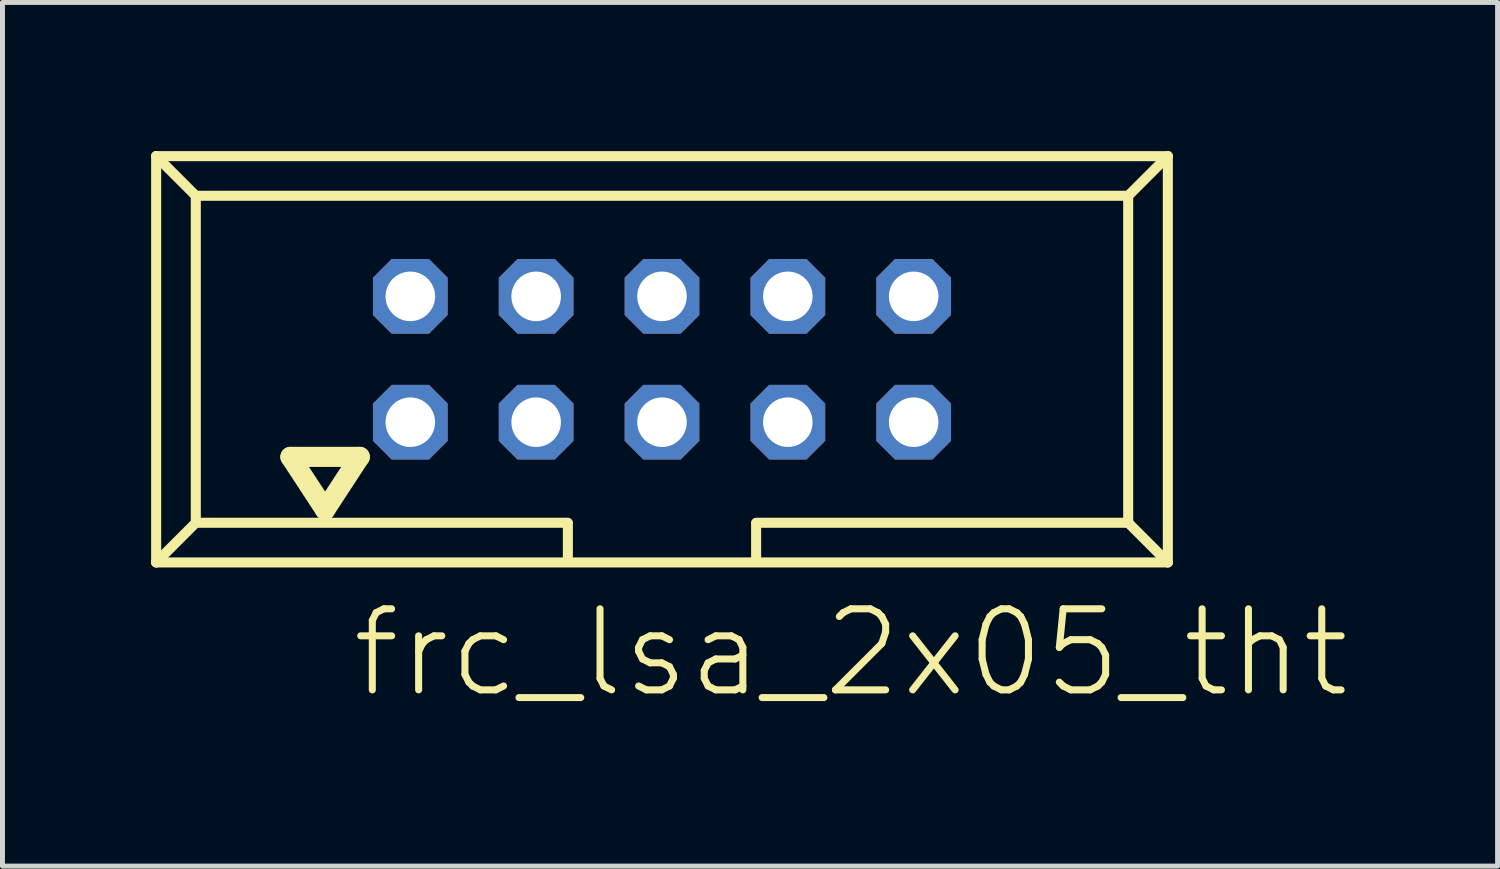
<source format=kicad_pcb>
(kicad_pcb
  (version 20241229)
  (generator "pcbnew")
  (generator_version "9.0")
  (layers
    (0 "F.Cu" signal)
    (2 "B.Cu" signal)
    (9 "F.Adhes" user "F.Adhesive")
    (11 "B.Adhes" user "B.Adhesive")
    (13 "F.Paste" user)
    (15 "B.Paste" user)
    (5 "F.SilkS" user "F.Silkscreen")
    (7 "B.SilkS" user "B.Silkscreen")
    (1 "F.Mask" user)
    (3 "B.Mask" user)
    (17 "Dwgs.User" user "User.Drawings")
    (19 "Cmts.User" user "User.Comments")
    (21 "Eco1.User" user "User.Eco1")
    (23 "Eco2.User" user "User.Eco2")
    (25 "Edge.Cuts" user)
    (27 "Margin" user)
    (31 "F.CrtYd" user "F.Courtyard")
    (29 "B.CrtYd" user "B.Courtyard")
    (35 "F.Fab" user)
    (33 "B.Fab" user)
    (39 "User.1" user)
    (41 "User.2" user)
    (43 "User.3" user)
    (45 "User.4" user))
  (footprint "frc_lsa_2x05_tht"
    (layer "F.Cu")
    (at 10.312 4.202)
    (property "Reference" "frc_lsa_2x05_tht" (at -6.33 6.88 0) (layer "F.SilkS") (effects (font (size 1.636 1.636) (thickness 0.142)) (justify left bottom)))
    (fp_line (start -10.21 -4.1) (end -9.41 -3.3) (stroke (width 0.203) (type solid)) (layer "F.SilkS"))
    (fp_line (start -10.21 4.1) (end -10.21 -4.1) (stroke (width 0.203) (type solid)) (layer "F.SilkS"))
    (fp_line (start -10.21 4.1) (end -9.41 3.3) (stroke (width 0.203) (type solid)) (layer "F.SilkS"))
    (fp_line (start -10.21 4.1) (end 10.21 4.1) (stroke (width 0.203) (type solid)) (layer "F.SilkS"))
    (fp_line (start -9.41 -3.3) (end 9.41 -3.3) (stroke (width 0.203) (type solid)) (layer "F.SilkS"))
    (fp_line (start -9.41 3.3) (end -9.41 -3.3) (stroke (width 0.203) (type solid)) (layer "F.SilkS"))
    (fp_line (start -7.5 1.97) (end -6.8 3.04) (stroke (width 0.406) (type solid)) (layer "F.SilkS"))
    (fp_line (start -6.8 3.04) (end -6.1 1.97) (stroke (width 0.406) (type solid)) (layer "F.SilkS"))
    (fp_line (start -6.1 1.97) (end -7.5 1.97) (stroke (width 0.406) (type solid)) (layer "F.SilkS"))
    (fp_line (start -1.9 3.3) (end -9.41 3.3) (stroke (width 0.203) (type solid)) (layer "F.SilkS"))
    (fp_line (start -1.9 3.32) (end -1.9 4.03) (stroke (width 0.203) (type solid)) (layer "F.SilkS"))
    (fp_line (start 1.9 3.32) (end 1.9 4.03) (stroke (width 0.203) (type solid)) (layer "F.SilkS"))
    (fp_line (start 9.41 -3.3) (end 9.41 3.3) (stroke (width 0.203) (type solid)) (layer "F.SilkS"))
    (fp_line (start 9.41 3.3) (end 1.9 3.3) (stroke (width 0.203) (type solid)) (layer "F.SilkS"))
    (fp_line (start 9.41 3.3) (end 10.21 4.1) (stroke (width 0.203) (type solid)) (layer "F.SilkS"))
    (fp_line (start 10.21 -4.1) (end -10.21 -4.1) (stroke (width 0.203) (type solid)) (layer "F.SilkS"))
    (fp_line (start 10.21 -4.1) (end 9.41 -3.3) (stroke (width 0.203) (type solid)) (layer "F.SilkS"))
    (fp_line (start 10.21 4.1) (end 10.21 -4.1) (stroke (width 0.203) (type solid)) (layer "F.SilkS"))
    (pad "1" thru_hole roundrect (at -5.08 1.27) (size 1.508 1.508) (drill 1) (layers "*.Cu" "*.Mask") (roundrect_rratio 0.25) (chamfer_ratio 0.25) (chamfer top_left top_right bottom_left bottom_right))
    (pad "2" thru_hole roundrect (at -5.08 -1.27) (size 1.508 1.508) (drill 1) (layers "*.Cu" "*.Mask") (roundrect_rratio 0.25) (chamfer_ratio 0.25) (chamfer top_left top_right bottom_left bottom_right))
    (pad "3" thru_hole roundrect (at -2.54 1.27) (size 1.508 1.508) (drill 1) (layers "*.Cu" "*.Mask") (roundrect_rratio 0.25) (chamfer_ratio 0.25) (chamfer top_left top_right bottom_left bottom_right))
    (pad "4" thru_hole roundrect (at -2.54 -1.27) (size 1.508 1.508) (drill 1) (layers "*.Cu" "*.Mask") (roundrect_rratio 0.25) (chamfer_ratio 0.25) (chamfer top_left top_right bottom_left bottom_right))
    (pad "5" thru_hole roundrect (at 0 1.27) (size 1.508 1.508) (drill 1) (layers "*.Cu" "*.Mask") (roundrect_rratio 0.25) (chamfer_ratio 0.25) (chamfer top_left top_right bottom_left bottom_right))
    (pad "6" thru_hole roundrect (at 0 -1.27) (size 1.508 1.508) (drill 1) (layers "*.Cu" "*.Mask") (roundrect_rratio 0.25) (chamfer_ratio 0.25) (chamfer top_left top_right bottom_left bottom_right))
    (pad "7" thru_hole roundrect (at 2.54 1.27) (size 1.508 1.508) (drill 1) (layers "*.Cu" "*.Mask") (roundrect_rratio 0.25) (chamfer_ratio 0.25) (chamfer top_left top_right bottom_left bottom_right))
    (pad "8" thru_hole roundrect (at 2.54 -1.27) (size 1.508 1.508) (drill 1) (layers "*.Cu" "*.Mask") (roundrect_rratio 0.25) (chamfer_ratio 0.25) (chamfer top_left top_right bottom_left bottom_right))
    (pad "9" thru_hole roundrect (at 5.08 1.27) (size 1.508 1.508) (drill 1) (layers "*.Cu" "*.Mask") (roundrect_rratio 0.25) (chamfer_ratio 0.25) (chamfer top_left top_right bottom_left bottom_right))
    (pad "10" thru_hole roundrect (at 5.08 -1.27) (size 1.508 1.508) (drill 1) (layers "*.Cu" "*.Mask") (roundrect_rratio 0.25) (chamfer_ratio 0.25) (chamfer top_left top_right bottom_left bottom_right)))
  (gr_rect
    (start -3 -3)
    (end 27.178 14.432)
    (stroke (width 0.1) (type default))
    (fill no)
    (layer "Edge.Cuts")))
</source>
